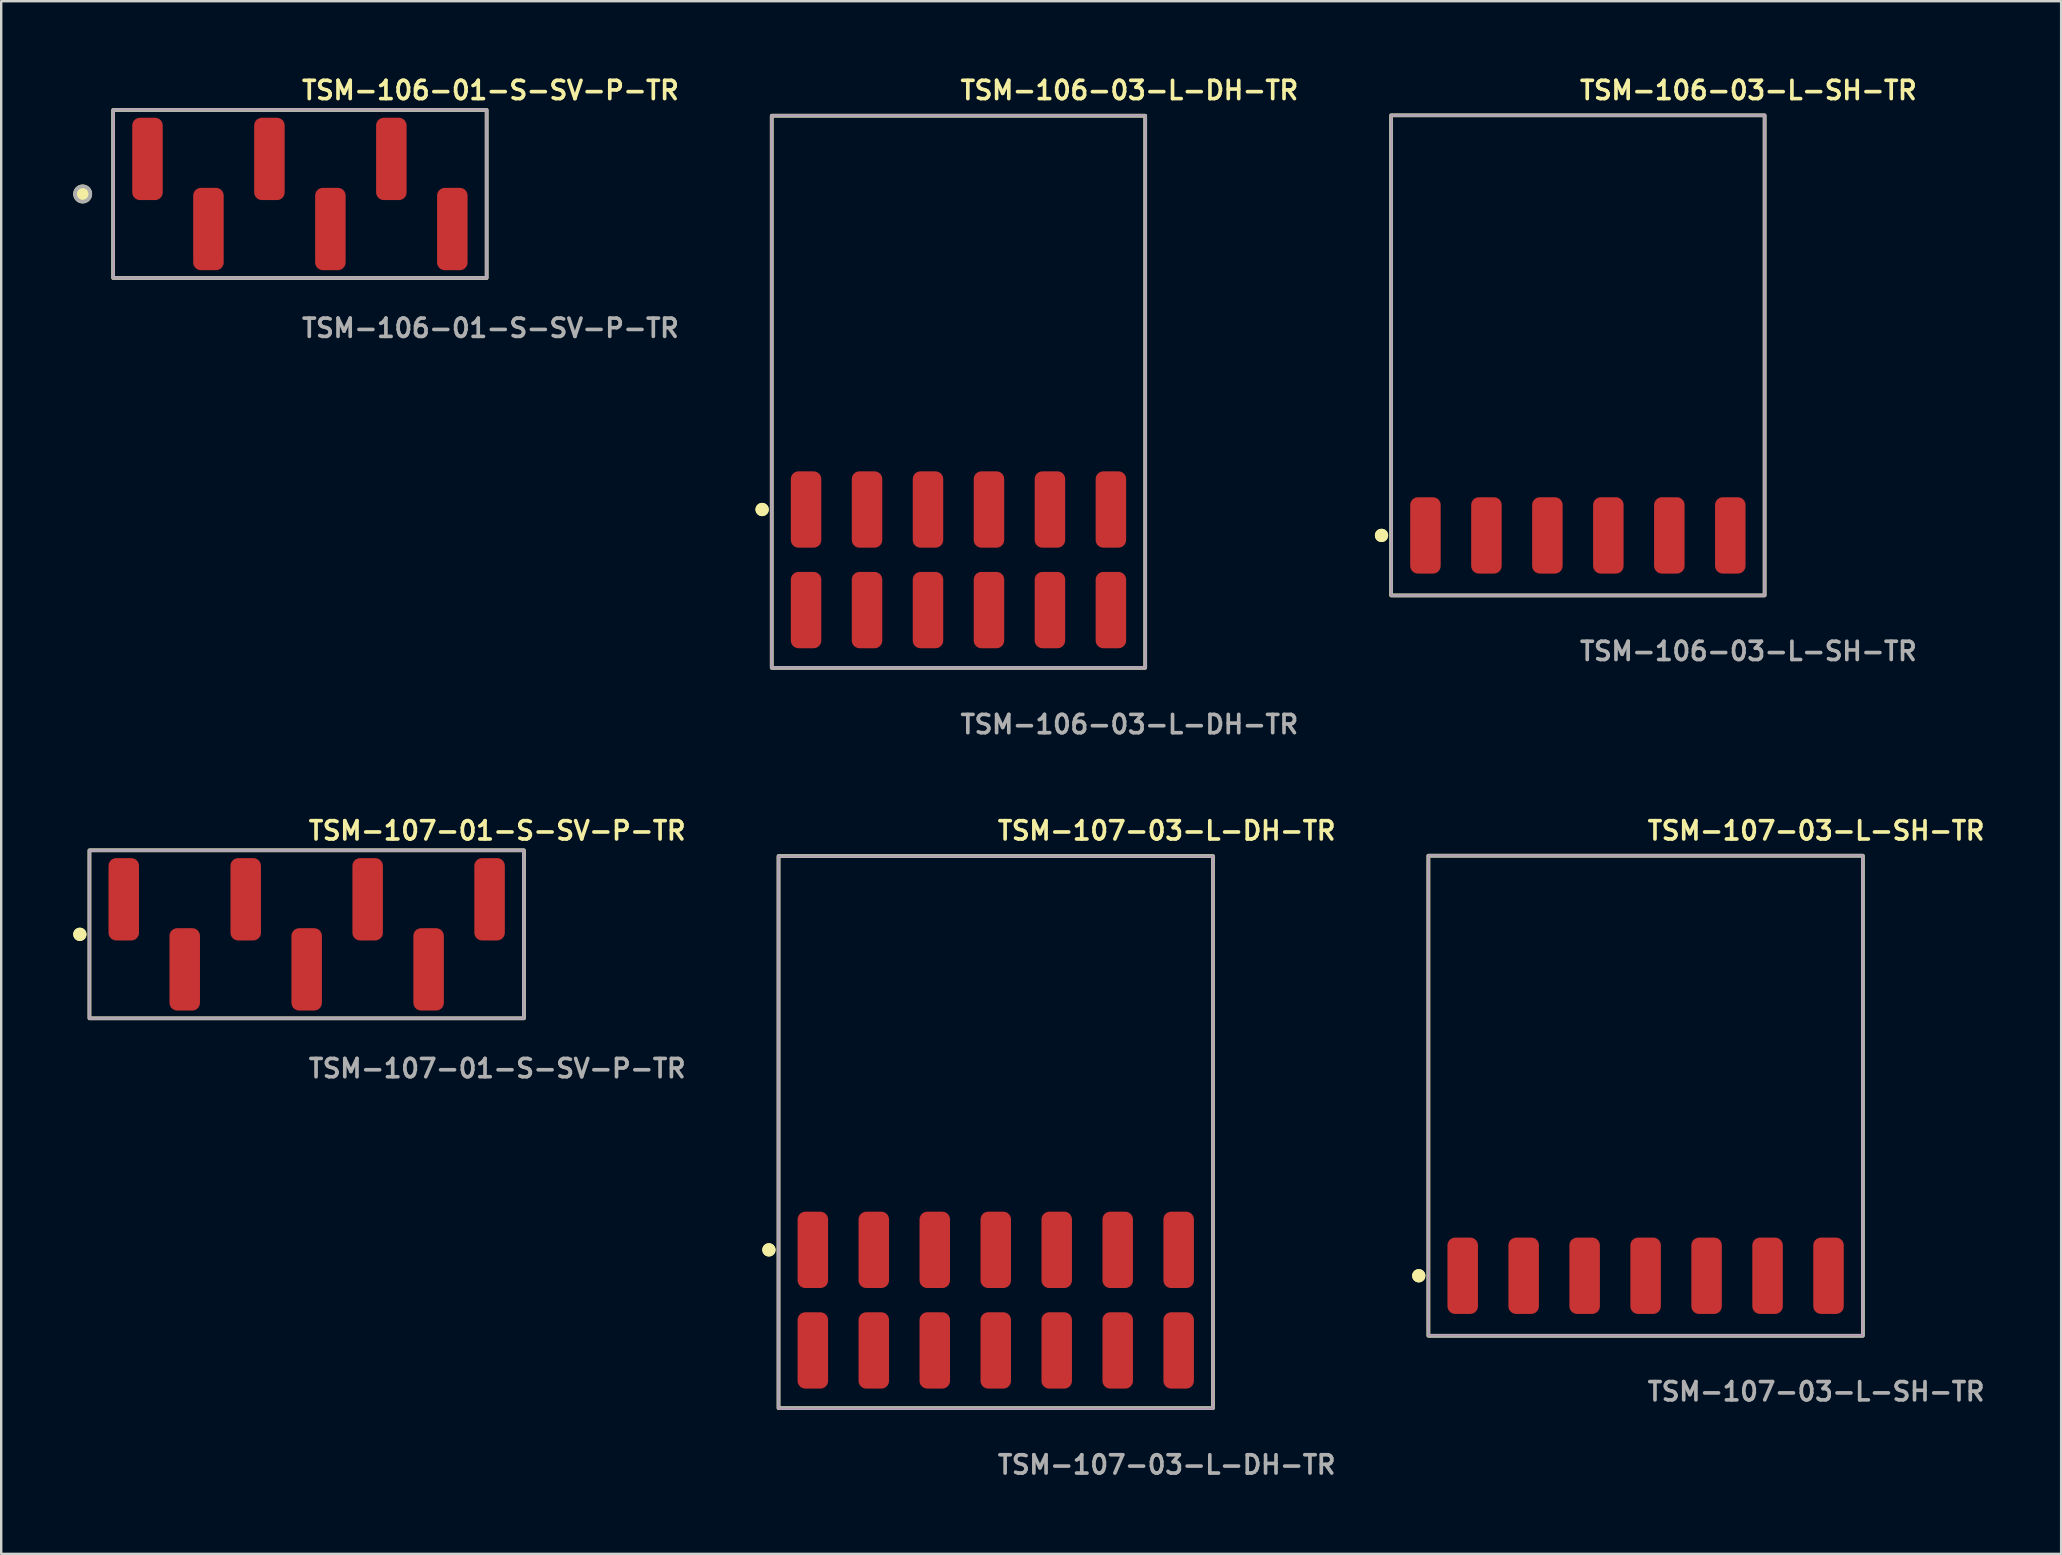
<source format=kicad_pcb>
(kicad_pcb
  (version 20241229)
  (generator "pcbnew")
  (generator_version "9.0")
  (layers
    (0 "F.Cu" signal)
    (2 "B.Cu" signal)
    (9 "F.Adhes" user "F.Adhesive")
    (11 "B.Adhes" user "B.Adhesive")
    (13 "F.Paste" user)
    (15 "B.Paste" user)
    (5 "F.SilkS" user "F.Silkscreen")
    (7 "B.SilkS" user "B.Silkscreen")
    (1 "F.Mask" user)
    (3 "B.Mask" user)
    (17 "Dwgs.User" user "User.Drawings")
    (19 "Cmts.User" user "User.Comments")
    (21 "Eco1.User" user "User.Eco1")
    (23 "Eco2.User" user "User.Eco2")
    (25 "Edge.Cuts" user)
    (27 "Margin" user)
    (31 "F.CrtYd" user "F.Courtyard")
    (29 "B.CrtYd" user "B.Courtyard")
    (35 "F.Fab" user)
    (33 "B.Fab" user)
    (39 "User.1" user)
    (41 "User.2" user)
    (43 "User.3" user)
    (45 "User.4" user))
  (footprint "TSM-106-01-S-SV-P-TR"
    (layer "F.Cu")
    (at 9.444 5.031)
    (property "Reference" "TSM-106-01-S-SV-P-TR" (at 0 -4.318 0) (unlocked yes) (layer "F.SilkS") (effects (font (size 0.762 0.762) (thickness 0.152)) (justify left)))
    (fp_rect (start -7.78 3.5) (end 7.78 -3.5) (stroke (width 0.152) (type solid)) (fill no) (layer "F.SilkS"))
    (fp_circle (center -9.05 0) (end -9.367 0) (stroke (width 0.152) (type solid)) (fill yes) (layer "F.SilkS"))
    (fp_rect (start -7.78 3.5) (end 7.78 -3.5) (stroke (width 0.006) (type solid)) (fill no) (layer "F.CrtYd"))
    (fp_rect (start -7.78 3.5) (end 7.78 -3.5) (stroke (width 0.152) (type solid)) (fill no) (layer "F.Fab"))
    (fp_circle (center -9.05 0) (end -9.367 0) (stroke (width 0.152) (type solid)) (fill no) (layer "F.Fab"))
    (fp_text user "${REFERENCE}" (at 0 5.588 0) (unlocked yes) (layer "F.Fab") (effects (font (size 0.762 0.762) (thickness 0.152)) (justify left)))
    (pad "1" smd roundrect (at -6.35 -1.46) (size 1.27 3.43) (layers "F.Cu" "F.Paste") (roundrect_rratio 0.25))
    (pad "2" smd roundrect (at -3.81 1.46) (size 1.27 3.43) (layers "F.Cu" "F.Paste") (roundrect_rratio 0.25))
    (pad "3" smd roundrect (at -1.27 -1.46) (size 1.27 3.43) (layers "F.Cu" "F.Paste") (roundrect_rratio 0.25))
    (pad "4" smd roundrect (at 1.27 1.46) (size 1.27 3.43) (layers "F.Cu" "F.Paste") (roundrect_rratio 0.25))
    (pad "5" smd roundrect (at 3.81 -1.46) (size 1.27 3.43) (layers "F.Cu" "F.Paste") (roundrect_rratio 0.25))
    (pad "6" smd roundrect (at 6.35 1.46) (size 1.27 3.43) (layers "F.Cu" "F.Paste") (roundrect_rratio 0.25)))
  (footprint "TSM-106-03-L-DH-TR"
    (layer "F.Cu")
    (at 36.88 20.271)
    (property "Reference" "TSM-106-03-L-DH-TR" (at 0 -19.558 0) (unlocked yes) (layer "F.SilkS") (effects (font (size 0.762 0.762) (thickness 0.152)) (justify left)))
    (fp_rect (start -7.78 4.5) (end 7.78 -18.5) (stroke (width 0.152) (type solid)) (fill no) (layer "F.SilkS"))
    (fp_circle (center -8.18 -2.095) (end -8.38 -2.095) (stroke (width 0.152) (type solid)) (fill yes) (layer "F.SilkS"))
    (fp_circle (center -8.18 -2.095) (end -8.38 -2.095) (stroke (width 0.152) (type solid)) (fill yes) (layer "F.SilkS"))
    (fp_rect (start -7.78 4.5) (end 7.78 -18.5) (stroke (width 0.006) (type solid)) (fill no) (layer "F.CrtYd"))
    (fp_rect (start -7.78 4.5) (end 7.78 -18.5) (stroke (width 0.152) (type solid)) (fill no) (layer "F.Fab"))
    (fp_text user "${REFERENCE}" (at 0 6.858 0) (unlocked yes) (layer "F.Fab") (effects (font (size 0.762 0.762) (thickness 0.152)) (justify left)))
    (pad "1" smd roundrect (at -6.35 2.095) (size 1.27 3.18) (layers "F.Cu" "F.Paste") (roundrect_rratio 0.25))
    (pad "2" smd roundrect (at -6.35 -2.095) (size 1.27 3.18) (layers "F.Cu" "F.Paste") (roundrect_rratio 0.25))
    (pad "3" smd roundrect (at -3.81 2.095) (size 1.27 3.18) (layers "F.Cu" "F.Paste") (roundrect_rratio 0.25))
    (pad "4" smd roundrect (at -3.81 -2.095) (size 1.27 3.18) (layers "F.Cu" "F.Paste") (roundrect_rratio 0.25))
    (pad "5" smd roundrect (at -1.27 2.095) (size 1.27 3.18) (layers "F.Cu" "F.Paste") (roundrect_rratio 0.25))
    (pad "6" smd roundrect (at -1.27 -2.095) (size 1.27 3.18) (layers "F.Cu" "F.Paste") (roundrect_rratio 0.25))
    (pad "7" smd roundrect (at 1.27 2.095) (size 1.27 3.18) (layers "F.Cu" "F.Paste") (roundrect_rratio 0.25))
    (pad "8" smd roundrect (at 1.27 -2.095) (size 1.27 3.18) (layers "F.Cu" "F.Paste") (roundrect_rratio 0.25))
    (pad "9" smd roundrect (at 3.81 2.095) (size 1.27 3.18) (layers "F.Cu" "F.Paste") (roundrect_rratio 0.25))
    (pad "10" smd roundrect (at 3.81 -2.095) (size 1.27 3.18) (layers "F.Cu" "F.Paste") (roundrect_rratio 0.25))
    (pad "11" smd roundrect (at 6.35 2.095) (size 1.27 3.18) (layers "F.Cu" "F.Paste") (roundrect_rratio 0.25))
    (pad "12" smd roundrect (at 6.35 -2.095) (size 1.27 3.18) (layers "F.Cu" "F.Paste") (roundrect_rratio 0.25)))
  (footprint "TSM-106-03-L-SH-TR"
    (layer "F.Cu")
    (at 62.684 19.255)
    (property "Reference" "TSM-106-03-L-SH-TR" (at 0 -18.542 0) (unlocked yes) (layer "F.SilkS") (effects (font (size 0.762 0.762) (thickness 0.152)) (justify left)))
    (fp_rect (start -7.78 2.5) (end 7.78 -17.5) (stroke (width 0.152) (type solid)) (fill no) (layer "F.SilkS"))
    (fp_circle (center -8.18 0) (end -8.38 0) (stroke (width 0.152) (type solid)) (fill yes) (layer "F.SilkS"))
    (fp_circle (center -8.18 0) (end -8.38 0) (stroke (width 0.152) (type solid)) (fill yes) (layer "F.SilkS"))
    (fp_rect (start -7.78 2.5) (end 7.78 -17.5) (stroke (width 0.006) (type solid)) (fill no) (layer "F.CrtYd"))
    (fp_rect (start -7.78 2.5) (end 7.78 -17.5) (stroke (width 0.152) (type solid)) (fill no) (layer "F.Fab"))
    (fp_text user "${REFERENCE}" (at 0 4.826 0) (unlocked yes) (layer "F.Fab") (effects (font (size 0.762 0.762) (thickness 0.152)) (justify left)))
    (pad "1" smd roundrect (at -6.35 0) (size 1.27 3.18) (layers "F.Cu" "F.Paste") (roundrect_rratio 0.25))
    (pad "2" smd roundrect (at -3.81 0) (size 1.27 3.18) (layers "F.Cu" "F.Paste") (roundrect_rratio 0.25))
    (pad "3" smd roundrect (at -1.27 0) (size 1.27 3.18) (layers "F.Cu" "F.Paste") (roundrect_rratio 0.25))
    (pad "4" smd roundrect (at 1.27 0) (size 1.27 3.18) (layers "F.Cu" "F.Paste") (roundrect_rratio 0.25))
    (pad "5" smd roundrect (at 3.81 0) (size 1.27 3.18) (layers "F.Cu" "F.Paste") (roundrect_rratio 0.25))
    (pad "6" smd roundrect (at 6.35 0) (size 1.27 3.18) (layers "F.Cu" "F.Paste") (roundrect_rratio 0.25)))
  (footprint "TSM-107-03-L-SH-TR"
    (layer "F.Cu")
    (at 65.506 50.098)
    (property "Reference" "TSM-107-03-L-SH-TR" (at 0 -18.542 0) (unlocked yes) (layer "F.SilkS") (effects (font (size 0.762 0.762) (thickness 0.152)) (justify left)))
    (fp_rect (start -9.05 2.5) (end 9.05 -17.5) (stroke (width 0.152) (type solid)) (fill no) (layer "F.SilkS"))
    (fp_circle (center -9.45 0) (end -9.65 0) (stroke (width 0.152) (type solid)) (fill yes) (layer "F.SilkS"))
    (fp_circle (center -9.45 0) (end -9.65 0) (stroke (width 0.152) (type solid)) (fill yes) (layer "F.SilkS"))
    (fp_rect (start -9.05 2.5) (end 9.05 -17.5) (stroke (width 0.006) (type solid)) (fill no) (layer "F.CrtYd"))
    (fp_rect (start -9.05 2.5) (end 9.05 -17.5) (stroke (width 0.152) (type solid)) (fill no) (layer "F.Fab"))
    (fp_text user "${REFERENCE}" (at 0 4.826 0) (unlocked yes) (layer "F.Fab") (effects (font (size 0.762 0.762) (thickness 0.152)) (justify left)))
    (pad "1" smd roundrect (at -7.62 0) (size 1.27 3.18) (layers "F.Cu" "F.Paste") (roundrect_rratio 0.25))
    (pad "2" smd roundrect (at -5.08 0) (size 1.27 3.18) (layers "F.Cu" "F.Paste") (roundrect_rratio 0.25))
    (pad "3" smd roundrect (at -2.54 0) (size 1.27 3.18) (layers "F.Cu" "F.Paste") (roundrect_rratio 0.25))
    (pad "4" smd roundrect (at 0 0) (size 1.27 3.18) (layers "F.Cu" "F.Paste") (roundrect_rratio 0.25))
    (pad "5" smd roundrect (at 2.54 0) (size 1.27 3.18) (layers "F.Cu" "F.Paste") (roundrect_rratio 0.25))
    (pad "6" smd roundrect (at 5.08 0) (size 1.27 3.18) (layers "F.Cu" "F.Paste") (roundrect_rratio 0.25))
    (pad "7" smd roundrect (at 7.62 0) (size 1.27 3.18) (layers "F.Cu" "F.Paste") (roundrect_rratio 0.25)))
  (footprint "TSM-107-03-L-DH-TR"
    (layer "F.Cu")
    (at 38.433 51.114)
    (property "Reference" "TSM-107-03-L-DH-TR" (at 0 -19.558 0) (unlocked yes) (layer "F.SilkS") (effects (font (size 0.762 0.762) (thickness 0.152)) (justify left)))
    (fp_rect (start -9.05 4.5) (end 9.05 -18.5) (stroke (width 0.152) (type solid)) (fill no) (layer "F.SilkS"))
    (fp_circle (center -9.45 -2.095) (end -9.65 -2.095) (stroke (width 0.152) (type solid)) (fill yes) (layer "F.SilkS"))
    (fp_circle (center -9.45 -2.095) (end -9.65 -2.095) (stroke (width 0.152) (type solid)) (fill yes) (layer "F.SilkS"))
    (fp_rect (start -9.05 4.5) (end 9.05 -18.5) (stroke (width 0.006) (type solid)) (fill no) (layer "F.CrtYd"))
    (fp_rect (start -9.05 4.5) (end 9.05 -18.5) (stroke (width 0.152) (type solid)) (fill no) (layer "F.Fab"))
    (fp_text user "${REFERENCE}" (at 0 6.858 0) (unlocked yes) (layer "F.Fab") (effects (font (size 0.762 0.762) (thickness 0.152)) (justify left)))
    (pad "1" smd roundrect (at -7.62 2.095) (size 1.27 3.18) (layers "F.Cu" "F.Paste") (roundrect_rratio 0.25))
    (pad "2" smd roundrect (at -7.62 -2.095) (size 1.27 3.18) (layers "F.Cu" "F.Paste") (roundrect_rratio 0.25))
    (pad "3" smd roundrect (at -5.08 2.095) (size 1.27 3.18) (layers "F.Cu" "F.Paste") (roundrect_rratio 0.25))
    (pad "4" smd roundrect (at -5.08 -2.095) (size 1.27 3.18) (layers "F.Cu" "F.Paste") (roundrect_rratio 0.25))
    (pad "5" smd roundrect (at -2.54 2.095) (size 1.27 3.18) (layers "F.Cu" "F.Paste") (roundrect_rratio 0.25))
    (pad "6" smd roundrect (at -2.54 -2.095) (size 1.27 3.18) (layers "F.Cu" "F.Paste") (roundrect_rratio 0.25))
    (pad "7" smd roundrect (at 0 2.095) (size 1.27 3.18) (layers "F.Cu" "F.Paste") (roundrect_rratio 0.25))
    (pad "8" smd roundrect (at 0 -2.095) (size 1.27 3.18) (layers "F.Cu" "F.Paste") (roundrect_rratio 0.25))
    (pad "9" smd roundrect (at 2.54 2.095) (size 1.27 3.18) (layers "F.Cu" "F.Paste") (roundrect_rratio 0.25))
    (pad "10" smd roundrect (at 2.54 -2.095) (size 1.27 3.18) (layers "F.Cu" "F.Paste") (roundrect_rratio 0.25))
    (pad "11" smd roundrect (at 5.08 2.095) (size 1.27 3.18) (layers "F.Cu" "F.Paste") (roundrect_rratio 0.25))
    (pad "12" smd roundrect (at 5.08 -2.095) (size 1.27 3.18) (layers "F.Cu" "F.Paste") (roundrect_rratio 0.25))
    (pad "13" smd roundrect (at 7.62 2.095) (size 1.27 3.18) (layers "F.Cu" "F.Paste") (roundrect_rratio 0.25))
    (pad "14" smd roundrect (at 7.62 -2.095) (size 1.27 3.18) (layers "F.Cu" "F.Paste") (roundrect_rratio 0.25)))
  (footprint "TSM-107-01-S-SV-P-TR"
    (layer "F.Cu")
    (at 9.726 35.874)
    (property "Reference" "TSM-107-01-S-SV-P-TR" (at 0 -4.318 0) (unlocked yes) (layer "F.SilkS") (effects (font (size 0.762 0.762) (thickness 0.152)) (justify left)))
    (fp_rect (start -9.05 3.5) (end 9.05 -3.5) (stroke (width 0.152) (type solid)) (fill no) (layer "F.SilkS"))
    (fp_circle (center -9.45 0) (end -9.65 0) (stroke (width 0.152) (type solid)) (fill yes) (layer "F.SilkS"))
    (fp_circle (center -9.45 0) (end -9.65 0) (stroke (width 0.152) (type solid)) (fill yes) (layer "F.SilkS"))
    (fp_rect (start -9.05 3.5) (end 9.05 -3.5) (stroke (width 0.006) (type solid)) (fill no) (layer "F.CrtYd"))
    (fp_rect (start -9.05 3.5) (end 9.05 -3.5) (stroke (width 0.152) (type solid)) (fill no) (layer "F.Fab"))
    (fp_text user "${REFERENCE}" (at 0 5.588 0) (unlocked yes) (layer "F.Fab") (effects (font (size 0.762 0.762) (thickness 0.152)) (justify left)))
    (pad "1" smd roundrect (at -7.62 -1.46) (size 1.27 3.43) (layers "F.Cu" "F.Paste") (roundrect_rratio 0.25))
    (pad "2" smd roundrect (at -5.08 1.46) (size 1.27 3.43) (layers "F.Cu" "F.Paste") (roundrect_rratio 0.25))
    (pad "3" smd roundrect (at -2.54 -1.46) (size 1.27 3.43) (layers "F.Cu" "F.Paste") (roundrect_rratio 0.25))
    (pad "4" smd roundrect (at 0 1.46) (size 1.27 3.43) (layers "F.Cu" "F.Paste") (roundrect_rratio 0.25))
    (pad "5" smd roundrect (at 2.54 -1.46) (size 1.27 3.43) (layers "F.Cu" "F.Paste") (roundrect_rratio 0.25))
    (pad "6" smd roundrect (at 5.08 1.46) (size 1.27 3.43) (layers "F.Cu" "F.Paste") (roundrect_rratio 0.25))
    (pad "7" smd roundrect (at 7.62 -1.46) (size 1.27 3.43) (layers "F.Cu" "F.Paste") (roundrect_rratio 0.25)))
  (gr_rect
    (start -3 -3)
    (end 82.817 61.685)
    (stroke (width 0.1) (type default))
    (fill no)
    (layer "Edge.Cuts")))
</source>
